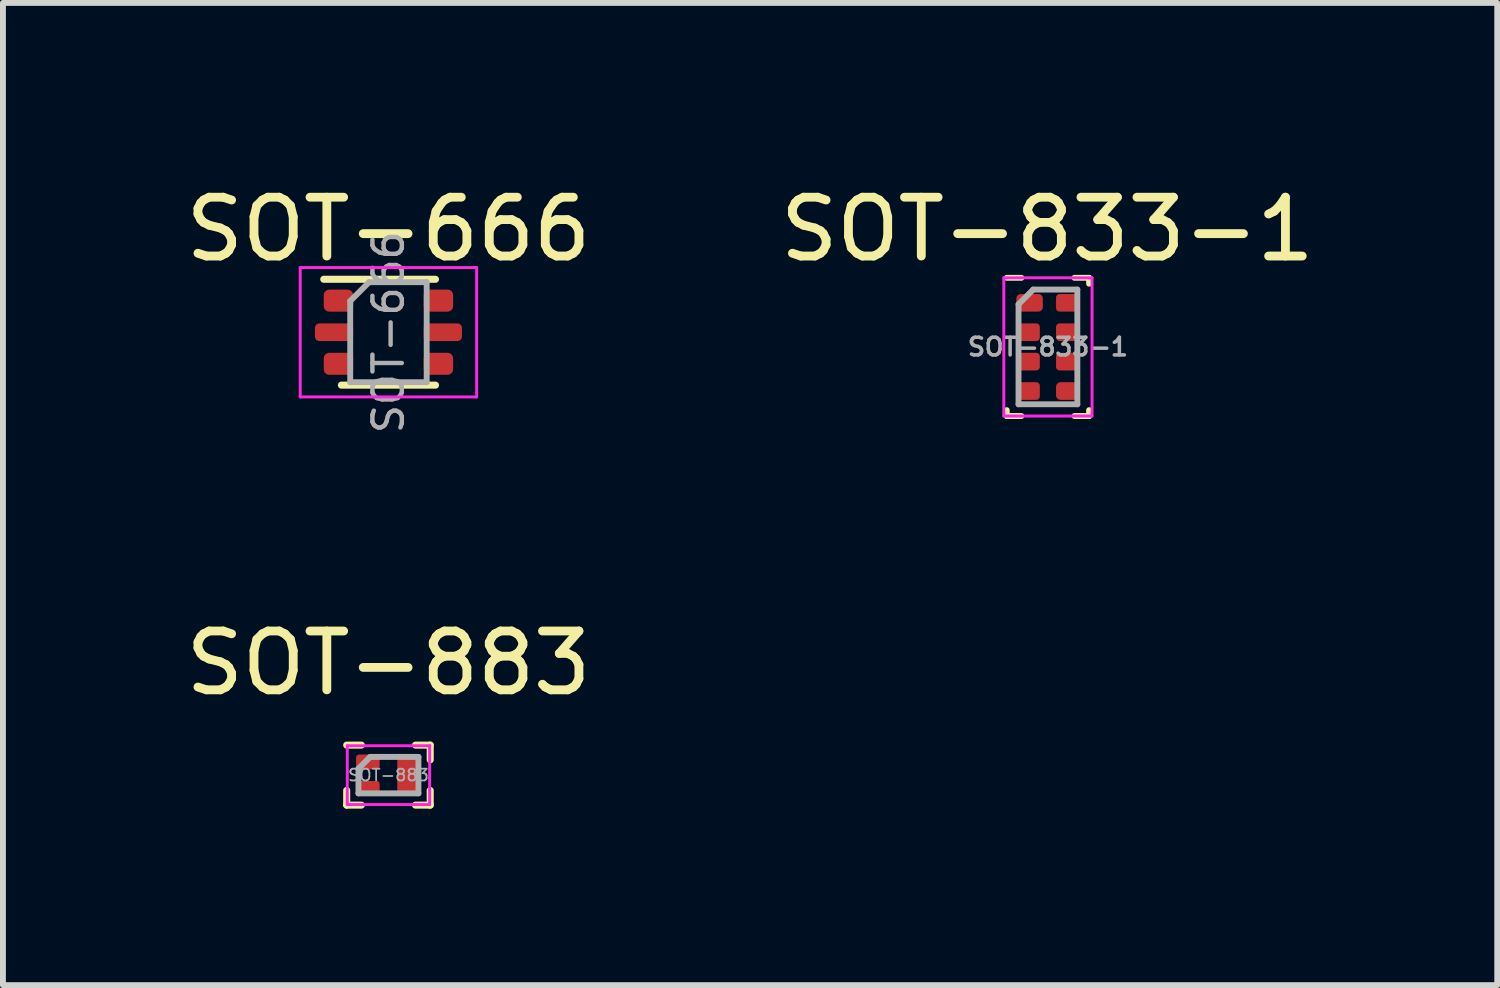
<source format=kicad_pcb>
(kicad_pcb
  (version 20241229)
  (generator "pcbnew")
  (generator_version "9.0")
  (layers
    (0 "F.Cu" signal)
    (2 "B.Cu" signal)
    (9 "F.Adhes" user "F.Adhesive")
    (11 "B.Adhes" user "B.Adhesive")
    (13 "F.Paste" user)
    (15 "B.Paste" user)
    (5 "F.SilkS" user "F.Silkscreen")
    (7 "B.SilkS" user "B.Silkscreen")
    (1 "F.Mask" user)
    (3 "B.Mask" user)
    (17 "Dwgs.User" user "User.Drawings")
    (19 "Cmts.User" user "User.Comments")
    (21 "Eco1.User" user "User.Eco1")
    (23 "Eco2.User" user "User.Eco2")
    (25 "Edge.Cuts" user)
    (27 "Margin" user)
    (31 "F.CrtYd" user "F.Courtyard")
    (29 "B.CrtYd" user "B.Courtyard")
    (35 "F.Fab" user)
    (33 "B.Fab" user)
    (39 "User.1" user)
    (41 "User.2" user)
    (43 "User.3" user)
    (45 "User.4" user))
  (footprint "SOT-833-1"
    (layer "F.Cu")
    (at 14.766 2.848)
    (property "Reference" "SOT-833-1" (at -0.01 -2 0) (layer "F.SilkS") (effects (font (size 1 1) (thickness 0.15))))
    (attr smd)
    (fp_line (start -0.7 -1.175) (end -0.45 -1.175) (stroke (width 0.1) (type solid)) (layer "F.SilkS"))
    (fp_line (start -0.7 1.075) (end -0.7 1.175) (stroke (width 0.1) (type solid)) (layer "F.SilkS"))
    (fp_line (start -0.7 1.175) (end -0.45 1.175) (stroke (width 0.1) (type solid)) (layer "F.SilkS"))
    (fp_line (start 0.45 1.175) (end 0.7 1.175) (stroke (width 0.1) (type solid)) (layer "F.SilkS"))
    (fp_line (start 0.7 -1.175) (end 0.45 -1.175) (stroke (width 0.1) (type solid)) (layer "F.SilkS"))
    (fp_line (start 0.7 -1.075) (end 0.7 -1.175) (stroke (width 0.1) (type solid)) (layer "F.SilkS"))
    (fp_line (start 0.7 1.075) (end 0.7 1.175) (stroke (width 0.1) (type solid)) (layer "F.SilkS"))
    (fp_line (start -0.75 -1.175) (end -0.75 1.175) (stroke (width 0.05) (type solid)) (layer "F.CrtYd"))
    (fp_line (start -0.75 -1.175) (end 0.75 -1.175) (stroke (width 0.05) (type solid)) (layer "F.CrtYd"))
    (fp_line (start -0.75 1.175) (end 0.75 1.175) (stroke (width 0.05) (type solid)) (layer "F.CrtYd"))
    (fp_line (start 0.75 -1.175) (end 0.75 1.175) (stroke (width 0.05) (type solid)) (layer "F.CrtYd"))
    (fp_line (start -0.5 -0.725) (end -0.5 0.975) (stroke (width 0.1) (type solid)) (layer "F.Fab"))
    (fp_line (start -0.5 0.975) (end 0.5 0.975) (stroke (width 0.1) (type solid)) (layer "F.Fab"))
    (fp_line (start -0.25 -0.975) (end -0.5 -0.725) (stroke (width 0.1) (type solid)) (layer "F.Fab"))
    (fp_line (start -0.25 -0.975) (end 0.5 -0.975) (stroke (width 0.1) (type solid)) (layer "F.Fab"))
    (fp_line (start 0.5 -0.975) (end 0.5 0.975) (stroke (width 0.1) (type solid)) (layer "F.Fab"))
    (fp_text user "${REFERENCE}" (at 0 0 0) (layer "F.Fab") (effects (font (size 0.3 0.3) (thickness 0.06))))
    (pad "1" smd roundrect (at -0.312 -0.75) (size 0.45 0.3) (layers "F.Cu" "F.Mask" "F.Paste") (roundrect_rratio 0.25))
    (pad "2" smd roundrect (at -0.338 -0.25) (size 0.4 0.3) (layers "F.Cu" "F.Mask" "F.Paste") (roundrect_rratio 0.2))
    (pad "3" smd roundrect (at -0.338 0.25) (size 0.4 0.3) (layers "F.Cu" "F.Mask" "F.Paste") (roundrect_rratio 0.2))
    (pad "4" smd roundrect (at -0.338 0.75) (size 0.4 0.3) (layers "F.Cu" "F.Mask" "F.Paste") (roundrect_rratio 0.2))
    (pad "5" smd roundrect (at 0.338 0.75) (size 0.4 0.3) (layers "F.Cu" "F.Mask" "F.Paste") (roundrect_rratio 0.25))
    (pad "6" smd roundrect (at 0.338 0.25) (size 0.4 0.3) (layers "F.Cu" "F.Mask" "F.Paste") (roundrect_rratio 0.2))
    (pad "7" smd roundrect (at 0.338 -0.25) (size 0.4 0.3) (layers "F.Cu" "F.Mask" "F.Paste") (roundrect_rratio 0.2))
    (pad "8" smd roundrect (at 0.338 -0.75) (size 0.4 0.3) (layers "F.Cu" "F.Mask" "F.Paste") (roundrect_rratio 0.2)))
  (footprint "SOT-666"
    (layer "F.Cu")
    (at 3.554 2.598)
    (property "Reference" "SOT-666" (at 0 -1.75 0) (layer "F.SilkS") (effects (font (size 1 1) (thickness 0.15))))
    (attr smd)
    (fp_line (start -0.8 0.9) (end 0.8 0.9) (stroke (width 0.12) (type solid)) (layer "F.SilkS"))
    (fp_line (start 0.8 -0.9) (end -1.1 -0.9) (stroke (width 0.12) (type solid)) (layer "F.SilkS"))
    (fp_line (start -1.5 -1.1) (end -1.5 1.1) (stroke (width 0.05) (type solid)) (layer "F.CrtYd"))
    (fp_line (start -1.5 -1.1) (end 1.5 -1.1) (stroke (width 0.05) (type solid)) (layer "F.CrtYd"))
    (fp_line (start -1.5 1.1) (end 1.5 1.1) (stroke (width 0.05) (type solid)) (layer "F.CrtYd"))
    (fp_line (start 1.5 1.1) (end 1.5 -1.1) (stroke (width 0.05) (type solid)) (layer "F.CrtYd"))
    (fp_line (start -0.65 -0.53) (end -0.65 0.85) (stroke (width 0.1) (type solid)) (layer "F.Fab"))
    (fp_line (start -0.65 -0.53) (end -0.33 -0.85) (stroke (width 0.1) (type solid)) (layer "F.Fab"))
    (fp_line (start 0.65 -0.85) (end -0.33 -0.85) (stroke (width 0.1) (type solid)) (layer "F.Fab"))
    (fp_line (start 0.65 -0.85) (end 0.65 0.85) (stroke (width 0.1) (type solid)) (layer "F.Fab"))
    (fp_line (start 0.65 0.85) (end -0.65 0.85) (stroke (width 0.1) (type solid)) (layer "F.Fab"))
    (fp_text user "${REFERENCE}" (at 0 0 90) (layer "F.Fab") (effects (font (size 0.5 0.5) (thickness 0.075))))
    (pad "1" smd roundrect (at -0.85 -0.537) (size 0.5 0.375) (layers "F.Cu" "F.Mask" "F.Paste") (roundrect_rratio 0.25))
    (pad "2" smd roundrect (at -0.925 0) (size 0.65 0.3) (layers "F.Cu" "F.Mask" "F.Paste") (roundrect_rratio 0.25))
    (pad "3" smd roundrect (at -0.85 0.537) (size 0.5 0.375) (layers "F.Cu" "F.Mask" "F.Paste") (roundrect_rratio 0.25))
    (pad "4" smd roundrect (at 0.85 0.537) (size 0.5 0.375) (layers "F.Cu" "F.Mask" "F.Paste") (roundrect_rratio 0.25))
    (pad "5" smd roundrect (at 0.925 0) (size 0.65 0.3) (layers "F.Cu" "F.Mask" "F.Paste") (roundrect_rratio 0.25))
    (pad "6" smd roundrect (at 0.85 -0.537) (size 0.5 0.375) (layers "F.Cu" "F.Mask" "F.Paste") (roundrect_rratio 0.25)))
  (footprint "SOT-883"
    (layer "F.Cu")
    (at 3.554 10.128)
    (property "Reference" "SOT-883" (at 0 -1.905 0) (layer "F.SilkS") (effects (font (size 1 1) (thickness 0.15))))
    (attr smd)
    (fp_line (start -0.71 -0.51) (end -0.46 -0.51) (stroke (width 0.12) (type solid)) (layer "F.SilkS"))
    (fp_line (start -0.71 0.51) (end -0.71 0.26) (stroke (width 0.12) (type solid)) (layer "F.SilkS"))
    (fp_line (start -0.71 0.51) (end -0.46 0.51) (stroke (width 0.12) (type solid)) (layer "F.SilkS"))
    (fp_line (start 0.46 -0.51) (end 0.71 -0.51) (stroke (width 0.12) (type solid)) (layer "F.SilkS"))
    (fp_line (start 0.46 0.51) (end 0.71 0.51) (stroke (width 0.12) (type solid)) (layer "F.SilkS"))
    (fp_line (start 0.71 -0.26) (end 0.71 -0.51) (stroke (width 0.12) (type solid)) (layer "F.SilkS"))
    (fp_line (start 0.71 0.51) (end 0.71 0.26) (stroke (width 0.12) (type solid)) (layer "F.SilkS"))
    (fp_line (start -0.7 -0.5) (end 0.7 -0.5) (stroke (width 0.05) (type solid)) (layer "F.CrtYd"))
    (fp_line (start -0.7 0.5) (end -0.7 -0.5) (stroke (width 0.05) (type solid)) (layer "F.CrtYd"))
    (fp_line (start 0.7 -0.5) (end 0.7 0.5) (stroke (width 0.05) (type solid)) (layer "F.CrtYd"))
    (fp_line (start 0.7 0.5) (end -0.7 0.5) (stroke (width 0.05) (type solid)) (layer "F.CrtYd"))
    (fp_line (start -0.51 0.31) (end -0.51 -0.11) (stroke (width 0.1) (type solid)) (layer "F.Fab"))
    (fp_line (start -0.31 -0.31) (end -0.51 -0.11) (stroke (width 0.1) (type solid)) (layer "F.Fab"))
    (fp_line (start -0.31 -0.31) (end 0.51 -0.31) (stroke (width 0.1) (type solid)) (layer "F.Fab"))
    (fp_line (start 0.51 -0.31) (end 0.51 0.31) (stroke (width 0.1) (type solid)) (layer "F.Fab"))
    (fp_line (start 0.51 0.31) (end -0.51 0.31) (stroke (width 0.1) (type solid)) (layer "F.Fab"))
    (fp_text user "${REFERENCE}" (at 0 0 0) (layer "F.Fab") (effects (font (size 0.2 0.2) (thickness 0.03))))
    (pad "" smd roundrect (at -0.35 -0.225) (size 0.3 0.25) (layers "F.Paste") (roundrect_rratio 0.2))
    (pad "" smd roundrect (at -0.35 0.225) (size 0.3 0.25) (layers "F.Paste") (roundrect_rratio 0.2))
    (pad "" smd roundrect (at 0.35 0) (size 0.3 0.6) (layers "F.Paste") (roundrect_rratio 0.125))
    (pad "1" smd roundrect (at -0.35 -0.225) (size 0.4 0.25) (layers "F.Cu" "F.Mask") (roundrect_rratio 0.2))
    (pad "2" smd roundrect (at -0.35 0.225) (size 0.4 0.25) (layers "F.Cu" "F.Mask") (roundrect_rratio 0.2))
    (pad "3" smd roundrect (at 0.35 0) (size 0.4 0.7) (layers "F.Cu" "F.Mask") (roundrect_rratio 0.125)))
  (gr_rect
    (start -3 -3)
    (end 22.405 13.698)
    (stroke (width 0.1) (type default))
    (fill no)
    (layer "Edge.Cuts")))
</source>
